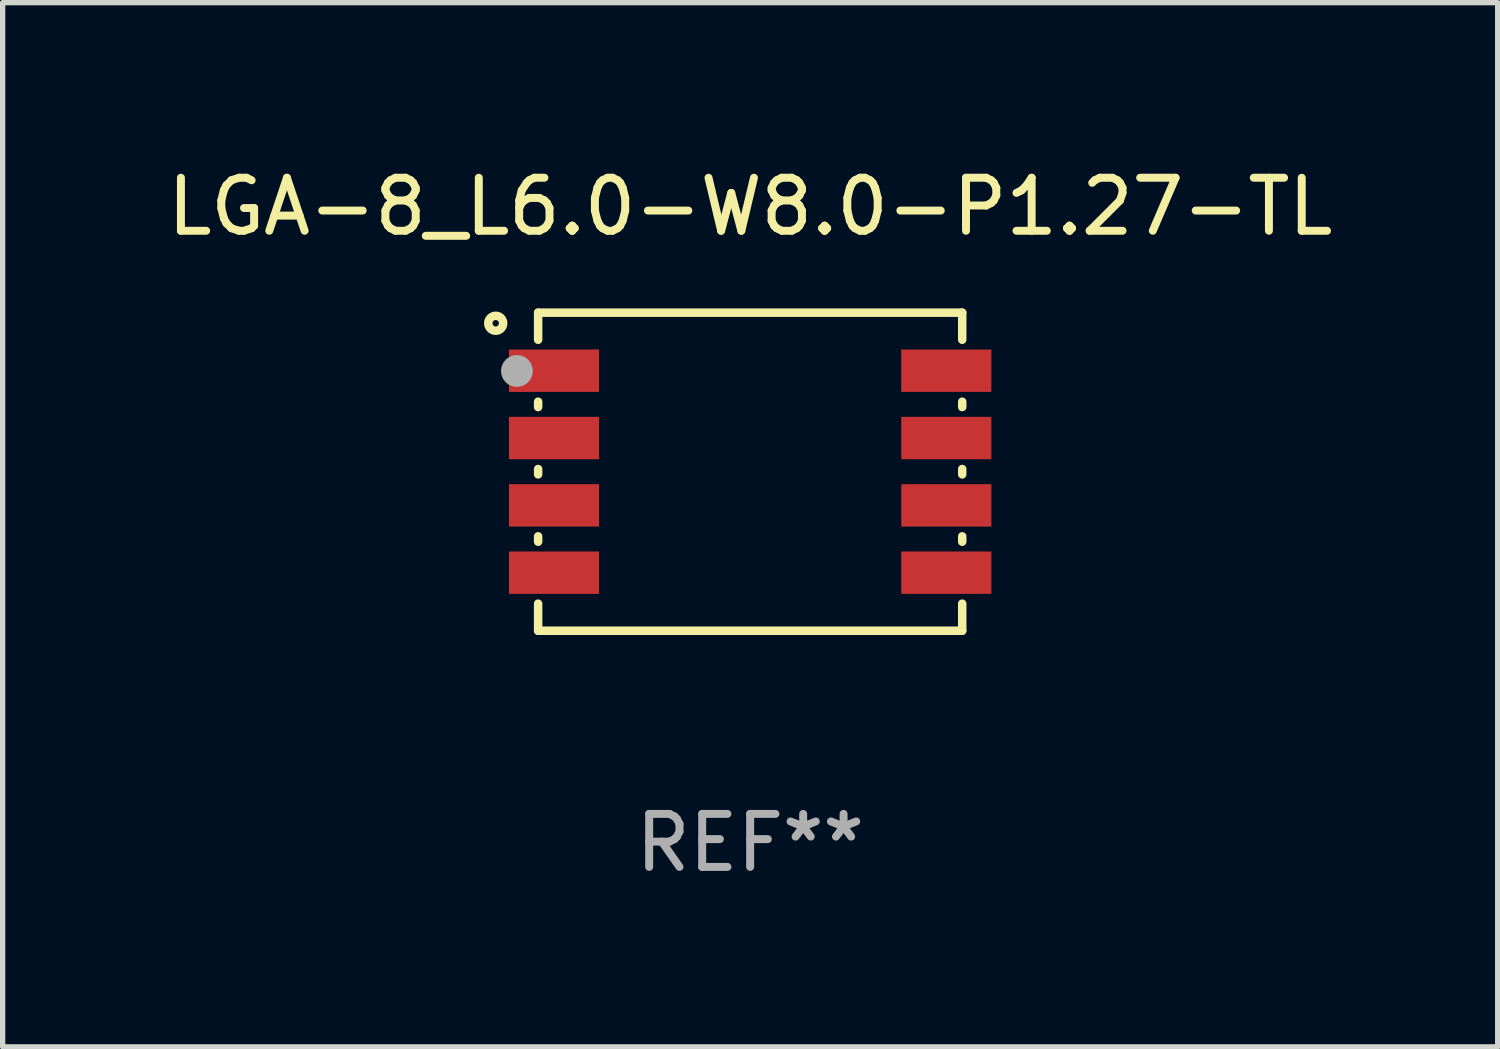
<source format=kicad_pcb>
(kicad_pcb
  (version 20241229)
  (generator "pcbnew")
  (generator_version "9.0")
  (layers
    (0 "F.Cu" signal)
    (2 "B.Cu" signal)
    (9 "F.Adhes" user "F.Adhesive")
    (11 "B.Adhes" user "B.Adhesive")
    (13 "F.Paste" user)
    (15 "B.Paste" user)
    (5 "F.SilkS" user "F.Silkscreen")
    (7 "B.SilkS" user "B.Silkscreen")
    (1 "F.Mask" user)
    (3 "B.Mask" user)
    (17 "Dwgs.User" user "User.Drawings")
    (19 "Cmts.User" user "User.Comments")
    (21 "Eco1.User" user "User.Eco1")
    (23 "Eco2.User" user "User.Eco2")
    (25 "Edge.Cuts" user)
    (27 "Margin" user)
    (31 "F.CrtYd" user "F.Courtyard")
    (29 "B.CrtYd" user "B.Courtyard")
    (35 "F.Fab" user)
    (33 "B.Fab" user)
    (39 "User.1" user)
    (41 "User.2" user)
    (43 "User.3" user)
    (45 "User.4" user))
  (footprint "LGA-8_L6.0-W8.0-P1.27-TL"
    (layer "F.Cu")
    (at 11.101 5.848)
    (property "Reference" "LGA-8_L6.0-W8.0-P1.27-TL" (at 0 -5 0) (layer "F.SilkS") (effects (font (size 1 1) (thickness 0.15))))
    (attr smd)
    (fp_line (start -4 -3) (end -4 -2.489) (stroke (width 0.16) (type solid)) (layer "F.SilkS"))
    (fp_line (start -4 -3) (end 4 -3) (stroke (width 0.16) (type solid)) (layer "F.SilkS"))
    (fp_line (start -4 -1.321) (end -4 -1.219) (stroke (width 0.16) (type solid)) (layer "F.SilkS"))
    (fp_line (start -4 -0.051) (end -4 0.051) (stroke (width 0.16) (type solid)) (layer "F.SilkS"))
    (fp_line (start -4 1.219) (end -4 1.321) (stroke (width 0.16) (type solid)) (layer "F.SilkS"))
    (fp_line (start -4 2.489) (end -4 3) (stroke (width 0.16) (type solid)) (layer "F.SilkS"))
    (fp_line (start -4 3) (end 4 3) (stroke (width 0.16) (type solid)) (layer "F.SilkS"))
    (fp_line (start 4 -3) (end 4 -2.489) (stroke (width 0.16) (type solid)) (layer "F.SilkS"))
    (fp_line (start 4 -1.321) (end 4 -1.219) (stroke (width 0.16) (type solid)) (layer "F.SilkS"))
    (fp_line (start 4 -0.051) (end 4 0.051) (stroke (width 0.16) (type solid)) (layer "F.SilkS"))
    (fp_line (start 4 1.219) (end 4 1.321) (stroke (width 0.16) (type solid)) (layer "F.SilkS"))
    (fp_line (start 4 2.489) (end 4 3) (stroke (width 0.16) (type solid)) (layer "F.SilkS"))
    (fp_circle (center -4.8 -2.8) (end -4.659 -2.8) (stroke (width 0.16) (type solid)) (fill no) (layer "F.SilkS"))
    (fp_circle (center -4 -3) (end -3.97 -3) (stroke (width 0.06) (type solid)) (fill no) (layer "F.SilkS"))
    (fp_circle (center -4.4 -1.9) (end -4.25 -1.9) (stroke (width 0.3) (type solid)) (fill no) (layer "F.Fab"))
    (fp_text user "REF**" (at 0 7 0) (layer "F.Fab") (effects (font (size 1 1) (thickness 0.15))))
    (pad "1" smd rect (at -3.7 -1.905) (size 1.7 0.8) (layers "F.Cu" "F.Mask" "F.Paste"))
    (pad "2" smd rect (at -3.7 -0.635) (size 1.7 0.8) (layers "F.Cu" "F.Mask" "F.Paste"))
    (pad "3" smd rect (at -3.7 0.635) (size 1.7 0.8) (layers "F.Cu" "F.Mask" "F.Paste"))
    (pad "4" smd rect (at -3.7 1.905) (size 1.7 0.8) (layers "F.Cu" "F.Mask" "F.Paste"))
    (pad "5" smd rect (at 3.7 1.905) (size 1.7 0.8) (layers "F.Cu" "F.Mask" "F.Paste"))
    (pad "6" smd rect (at 3.7 0.635) (size 1.7 0.8) (layers "F.Cu" "F.Mask" "F.Paste"))
    (pad "7" smd rect (at 3.7 -0.635) (size 1.7 0.8) (layers "F.Cu" "F.Mask" "F.Paste"))
    (pad "8" smd rect (at 3.7 -1.905) (size 1.7 0.8) (layers "F.Cu" "F.Mask" "F.Paste")))
  (gr_rect
    (start -3 -3)
    (end 25.202 16.697)
    (stroke (width 0.1) (type default))
    (fill no)
    (layer "Edge.Cuts")))
</source>
